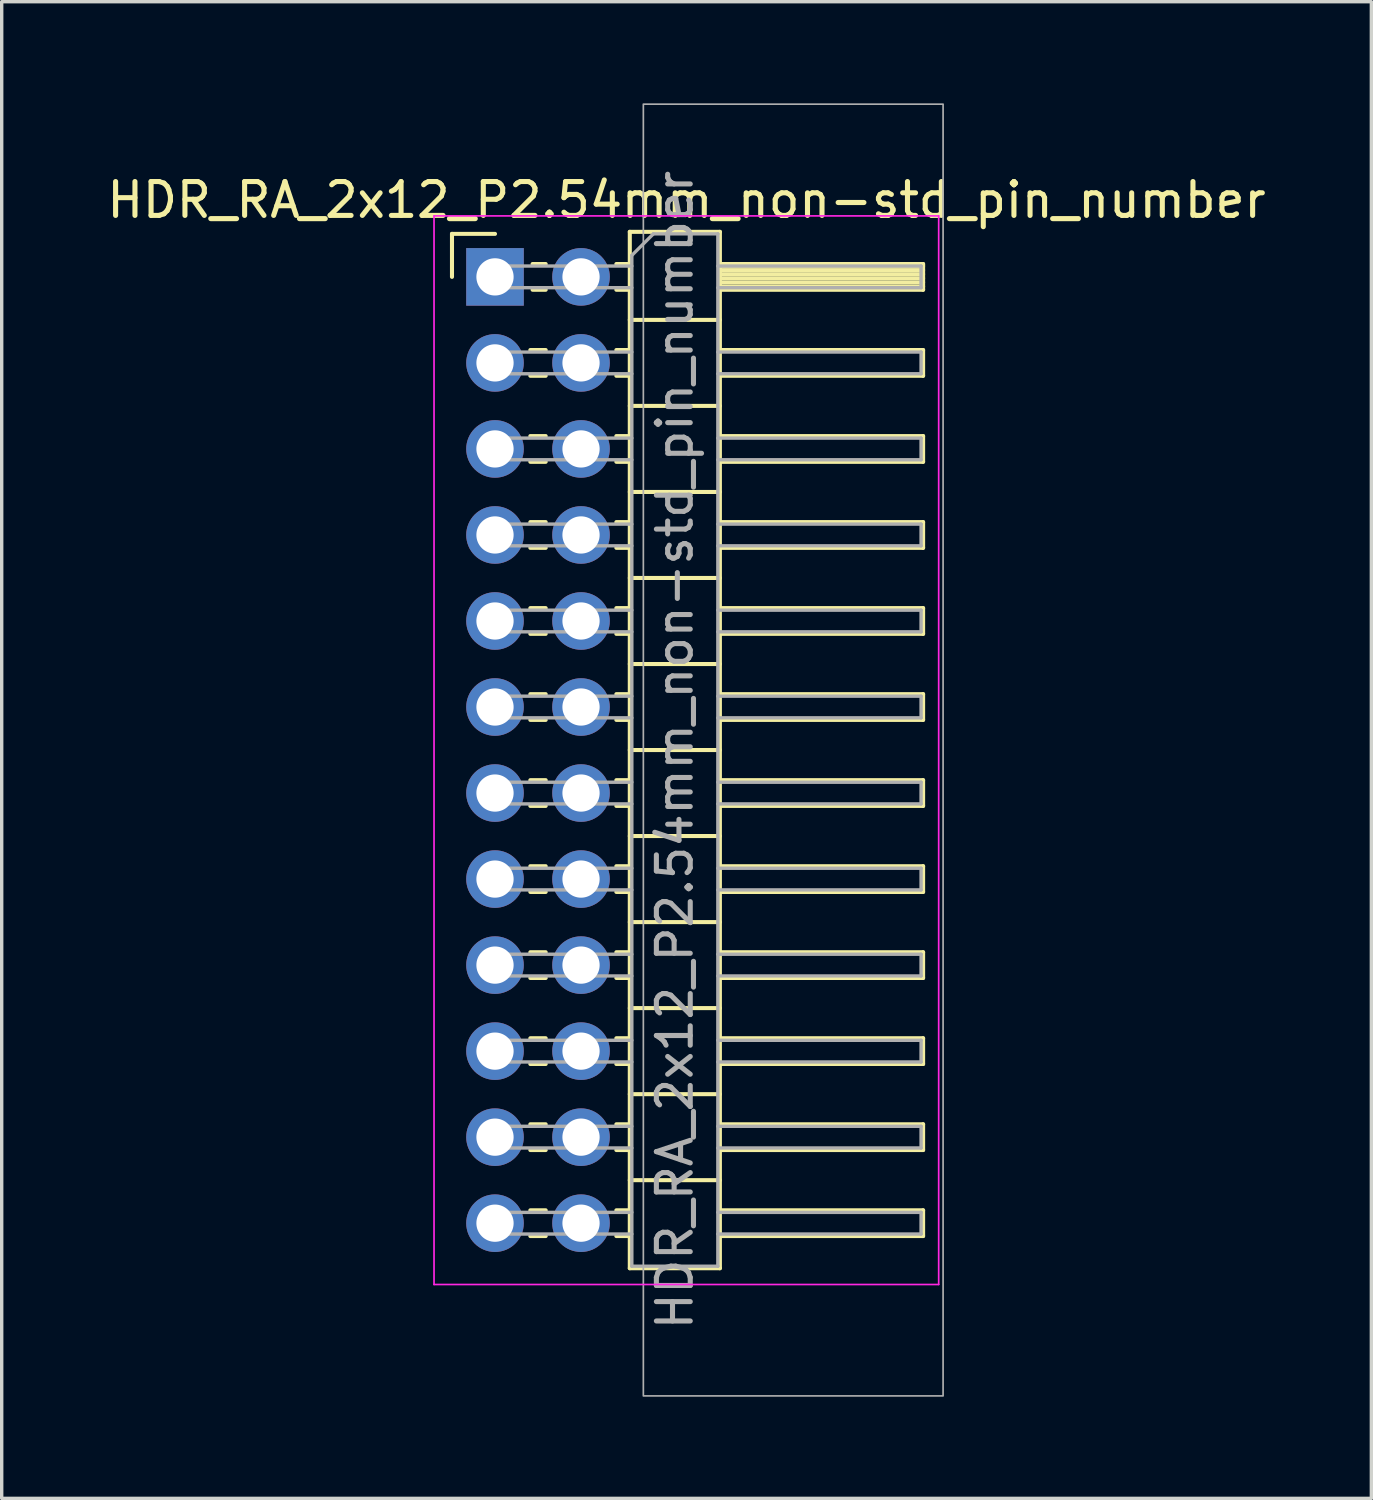
<source format=kicad_pcb>
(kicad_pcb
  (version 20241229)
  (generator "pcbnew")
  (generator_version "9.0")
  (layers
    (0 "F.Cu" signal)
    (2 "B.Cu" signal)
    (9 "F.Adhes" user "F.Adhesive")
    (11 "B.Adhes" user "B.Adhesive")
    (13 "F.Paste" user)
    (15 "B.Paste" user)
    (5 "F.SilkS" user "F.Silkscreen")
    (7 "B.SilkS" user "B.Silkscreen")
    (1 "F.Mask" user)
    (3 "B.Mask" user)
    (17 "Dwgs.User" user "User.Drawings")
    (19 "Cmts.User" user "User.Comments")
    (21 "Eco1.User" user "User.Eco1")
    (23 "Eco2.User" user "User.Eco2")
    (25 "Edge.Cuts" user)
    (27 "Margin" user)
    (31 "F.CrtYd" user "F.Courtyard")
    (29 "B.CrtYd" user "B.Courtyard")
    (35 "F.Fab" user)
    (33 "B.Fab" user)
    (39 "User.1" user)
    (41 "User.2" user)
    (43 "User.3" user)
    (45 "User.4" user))
  (footprint "HDR_RA_2x12_P2.54mm_non-std_pin_number"
    (layer "F.Cu")
    (at 11.565 5.125)
    (property "Reference" "HDR_RA_2x12_P2.54mm_non-std_pin_number" (at 5.655 -2.27 0) (layer "F.SilkS") (effects (font (size 1 1) (thickness 0.15))))
    (attr through_hole)
    (fp_line (start -1.27 -1.27) (end 0 -1.27) (stroke (width 0.12) (type solid)) (layer "F.SilkS"))
    (fp_line (start -1.27 0) (end -1.27 -1.27) (stroke (width 0.12) (type solid)) (layer "F.SilkS"))
    (fp_line (start 1.043 2.16) (end 1.497 2.16) (stroke (width 0.12) (type solid)) (layer "F.SilkS"))
    (fp_line (start 1.043 2.92) (end 1.497 2.92) (stroke (width 0.12) (type solid)) (layer "F.SilkS"))
    (fp_line (start 1.043 4.7) (end 1.497 4.7) (stroke (width 0.12) (type solid)) (layer "F.SilkS"))
    (fp_line (start 1.043 5.46) (end 1.497 5.46) (stroke (width 0.12) (type solid)) (layer "F.SilkS"))
    (fp_line (start 1.043 7.24) (end 1.497 7.24) (stroke (width 0.12) (type solid)) (layer "F.SilkS"))
    (fp_line (start 1.043 8) (end 1.497 8) (stroke (width 0.12) (type solid)) (layer "F.SilkS"))
    (fp_line (start 1.043 9.78) (end 1.497 9.78) (stroke (width 0.12) (type solid)) (layer "F.SilkS"))
    (fp_line (start 1.043 10.54) (end 1.497 10.54) (stroke (width 0.12) (type solid)) (layer "F.SilkS"))
    (fp_line (start 1.043 12.32) (end 1.497 12.32) (stroke (width 0.12) (type solid)) (layer "F.SilkS"))
    (fp_line (start 1.043 13.08) (end 1.497 13.08) (stroke (width 0.12) (type solid)) (layer "F.SilkS"))
    (fp_line (start 1.043 14.86) (end 1.497 14.86) (stroke (width 0.12) (type solid)) (layer "F.SilkS"))
    (fp_line (start 1.043 15.62) (end 1.497 15.62) (stroke (width 0.12) (type solid)) (layer "F.SilkS"))
    (fp_line (start 1.043 17.4) (end 1.497 17.4) (stroke (width 0.12) (type solid)) (layer "F.SilkS"))
    (fp_line (start 1.043 18.16) (end 1.497 18.16) (stroke (width 0.12) (type solid)) (layer "F.SilkS"))
    (fp_line (start 1.043 19.94) (end 1.497 19.94) (stroke (width 0.12) (type solid)) (layer "F.SilkS"))
    (fp_line (start 1.043 20.7) (end 1.497 20.7) (stroke (width 0.12) (type solid)) (layer "F.SilkS"))
    (fp_line (start 1.043 22.48) (end 1.497 22.48) (stroke (width 0.12) (type solid)) (layer "F.SilkS"))
    (fp_line (start 1.043 23.24) (end 1.497 23.24) (stroke (width 0.12) (type solid)) (layer "F.SilkS"))
    (fp_line (start 1.043 25.02) (end 1.497 25.02) (stroke (width 0.12) (type solid)) (layer "F.SilkS"))
    (fp_line (start 1.043 25.78) (end 1.497 25.78) (stroke (width 0.12) (type solid)) (layer "F.SilkS"))
    (fp_line (start 1.043 27.56) (end 1.497 27.56) (stroke (width 0.12) (type solid)) (layer "F.SilkS"))
    (fp_line (start 1.043 28.32) (end 1.497 28.32) (stroke (width 0.12) (type solid)) (layer "F.SilkS"))
    (fp_line (start 1.11 -0.38) (end 1.497 -0.38) (stroke (width 0.12) (type solid)) (layer "F.SilkS"))
    (fp_line (start 1.11 0.38) (end 1.497 0.38) (stroke (width 0.12) (type solid)) (layer "F.SilkS"))
    (fp_line (start 3.583 -0.38) (end 3.98 -0.38) (stroke (width 0.12) (type solid)) (layer "F.SilkS"))
    (fp_line (start 3.583 0.38) (end 3.98 0.38) (stroke (width 0.12) (type solid)) (layer "F.SilkS"))
    (fp_line (start 3.583 2.16) (end 3.98 2.16) (stroke (width 0.12) (type solid)) (layer "F.SilkS"))
    (fp_line (start 3.583 2.92) (end 3.98 2.92) (stroke (width 0.12) (type solid)) (layer "F.SilkS"))
    (fp_line (start 3.583 4.7) (end 3.98 4.7) (stroke (width 0.12) (type solid)) (layer "F.SilkS"))
    (fp_line (start 3.583 5.46) (end 3.98 5.46) (stroke (width 0.12) (type solid)) (layer "F.SilkS"))
    (fp_line (start 3.583 7.24) (end 3.98 7.24) (stroke (width 0.12) (type solid)) (layer "F.SilkS"))
    (fp_line (start 3.583 8) (end 3.98 8) (stroke (width 0.12) (type solid)) (layer "F.SilkS"))
    (fp_line (start 3.583 9.78) (end 3.98 9.78) (stroke (width 0.12) (type solid)) (layer "F.SilkS"))
    (fp_line (start 3.583 10.54) (end 3.98 10.54) (stroke (width 0.12) (type solid)) (layer "F.SilkS"))
    (fp_line (start 3.583 12.32) (end 3.98 12.32) (stroke (width 0.12) (type solid)) (layer "F.SilkS"))
    (fp_line (start 3.583 13.08) (end 3.98 13.08) (stroke (width 0.12) (type solid)) (layer "F.SilkS"))
    (fp_line (start 3.583 14.86) (end 3.98 14.86) (stroke (width 0.12) (type solid)) (layer "F.SilkS"))
    (fp_line (start 3.583 15.62) (end 3.98 15.62) (stroke (width 0.12) (type solid)) (layer "F.SilkS"))
    (fp_line (start 3.583 17.4) (end 3.98 17.4) (stroke (width 0.12) (type solid)) (layer "F.SilkS"))
    (fp_line (start 3.583 18.16) (end 3.98 18.16) (stroke (width 0.12) (type solid)) (layer "F.SilkS"))
    (fp_line (start 3.583 19.94) (end 3.98 19.94) (stroke (width 0.12) (type solid)) (layer "F.SilkS"))
    (fp_line (start 3.583 20.7) (end 3.98 20.7) (stroke (width 0.12) (type solid)) (layer "F.SilkS"))
    (fp_line (start 3.583 22.48) (end 3.98 22.48) (stroke (width 0.12) (type solid)) (layer "F.SilkS"))
    (fp_line (start 3.583 23.24) (end 3.98 23.24) (stroke (width 0.12) (type solid)) (layer "F.SilkS"))
    (fp_line (start 3.583 25.02) (end 3.98 25.02) (stroke (width 0.12) (type solid)) (layer "F.SilkS"))
    (fp_line (start 3.583 25.78) (end 3.98 25.78) (stroke (width 0.12) (type solid)) (layer "F.SilkS"))
    (fp_line (start 3.583 27.56) (end 3.98 27.56) (stroke (width 0.12) (type solid)) (layer "F.SilkS"))
    (fp_line (start 3.583 28.32) (end 3.98 28.32) (stroke (width 0.12) (type solid)) (layer "F.SilkS"))
    (fp_line (start 3.98 -1.33) (end 3.98 29.27) (stroke (width 0.12) (type solid)) (layer "F.SilkS"))
    (fp_line (start 3.98 1.27) (end 6.64 1.27) (stroke (width 0.12) (type solid)) (layer "F.SilkS"))
    (fp_line (start 3.98 3.81) (end 6.64 3.81) (stroke (width 0.12) (type solid)) (layer "F.SilkS"))
    (fp_line (start 3.98 6.35) (end 6.64 6.35) (stroke (width 0.12) (type solid)) (layer "F.SilkS"))
    (fp_line (start 3.98 8.89) (end 6.64 8.89) (stroke (width 0.12) (type solid)) (layer "F.SilkS"))
    (fp_line (start 3.98 11.43) (end 6.64 11.43) (stroke (width 0.12) (type solid)) (layer "F.SilkS"))
    (fp_line (start 3.98 13.97) (end 6.64 13.97) (stroke (width 0.12) (type solid)) (layer "F.SilkS"))
    (fp_line (start 3.98 16.51) (end 6.64 16.51) (stroke (width 0.12) (type solid)) (layer "F.SilkS"))
    (fp_line (start 3.98 19.05) (end 6.64 19.05) (stroke (width 0.12) (type solid)) (layer "F.SilkS"))
    (fp_line (start 3.98 21.59) (end 6.64 21.59) (stroke (width 0.12) (type solid)) (layer "F.SilkS"))
    (fp_line (start 3.98 24.13) (end 6.64 24.13) (stroke (width 0.12) (type solid)) (layer "F.SilkS"))
    (fp_line (start 3.98 26.67) (end 6.64 26.67) (stroke (width 0.12) (type solid)) (layer "F.SilkS"))
    (fp_line (start 3.98 29.27) (end 6.64 29.27) (stroke (width 0.12) (type solid)) (layer "F.SilkS"))
    (fp_line (start 6.64 -1.33) (end 3.98 -1.33) (stroke (width 0.12) (type solid)) (layer "F.SilkS"))
    (fp_line (start 6.64 -0.38) (end 12.64 -0.38) (stroke (width 0.12) (type solid)) (layer "F.SilkS"))
    (fp_line (start 6.64 -0.32) (end 12.64 -0.32) (stroke (width 0.12) (type solid)) (layer "F.SilkS"))
    (fp_line (start 6.64 -0.2) (end 12.64 -0.2) (stroke (width 0.12) (type solid)) (layer "F.SilkS"))
    (fp_line (start 6.64 -0.08) (end 12.64 -0.08) (stroke (width 0.12) (type solid)) (layer "F.SilkS"))
    (fp_line (start 6.64 0.04) (end 12.64 0.04) (stroke (width 0.12) (type solid)) (layer "F.SilkS"))
    (fp_line (start 6.64 0.16) (end 12.64 0.16) (stroke (width 0.12) (type solid)) (layer "F.SilkS"))
    (fp_line (start 6.64 0.28) (end 12.64 0.28) (stroke (width 0.12) (type solid)) (layer "F.SilkS"))
    (fp_line (start 6.64 2.16) (end 12.64 2.16) (stroke (width 0.12) (type solid)) (layer "F.SilkS"))
    (fp_line (start 6.64 4.7) (end 12.64 4.7) (stroke (width 0.12) (type solid)) (layer "F.SilkS"))
    (fp_line (start 6.64 7.24) (end 12.64 7.24) (stroke (width 0.12) (type solid)) (layer "F.SilkS"))
    (fp_line (start 6.64 9.78) (end 12.64 9.78) (stroke (width 0.12) (type solid)) (layer "F.SilkS"))
    (fp_line (start 6.64 12.32) (end 12.64 12.32) (stroke (width 0.12) (type solid)) (layer "F.SilkS"))
    (fp_line (start 6.64 14.86) (end 12.64 14.86) (stroke (width 0.12) (type solid)) (layer "F.SilkS"))
    (fp_line (start 6.64 17.4) (end 12.64 17.4) (stroke (width 0.12) (type solid)) (layer "F.SilkS"))
    (fp_line (start 6.64 19.94) (end 12.64 19.94) (stroke (width 0.12) (type solid)) (layer "F.SilkS"))
    (fp_line (start 6.64 22.48) (end 12.64 22.48) (stroke (width 0.12) (type solid)) (layer "F.SilkS"))
    (fp_line (start 6.64 25.02) (end 12.64 25.02) (stroke (width 0.12) (type solid)) (layer "F.SilkS"))
    (fp_line (start 6.64 27.56) (end 12.64 27.56) (stroke (width 0.12) (type solid)) (layer "F.SilkS"))
    (fp_line (start 6.64 29.27) (end 6.64 -1.33) (stroke (width 0.12) (type solid)) (layer "F.SilkS"))
    (fp_line (start 12.64 -0.38) (end 12.64 0.38) (stroke (width 0.12) (type solid)) (layer "F.SilkS"))
    (fp_line (start 12.64 0.38) (end 6.64 0.38) (stroke (width 0.12) (type solid)) (layer "F.SilkS"))
    (fp_line (start 12.64 2.16) (end 12.64 2.92) (stroke (width 0.12) (type solid)) (layer "F.SilkS"))
    (fp_line (start 12.64 2.92) (end 6.64 2.92) (stroke (width 0.12) (type solid)) (layer "F.SilkS"))
    (fp_line (start 12.64 4.7) (end 12.64 5.46) (stroke (width 0.12) (type solid)) (layer "F.SilkS"))
    (fp_line (start 12.64 5.46) (end 6.64 5.46) (stroke (width 0.12) (type solid)) (layer "F.SilkS"))
    (fp_line (start 12.64 7.24) (end 12.64 8) (stroke (width 0.12) (type solid)) (layer "F.SilkS"))
    (fp_line (start 12.64 8) (end 6.64 8) (stroke (width 0.12) (type solid)) (layer "F.SilkS"))
    (fp_line (start 12.64 9.78) (end 12.64 10.54) (stroke (width 0.12) (type solid)) (layer "F.SilkS"))
    (fp_line (start 12.64 10.54) (end 6.64 10.54) (stroke (width 0.12) (type solid)) (layer "F.SilkS"))
    (fp_line (start 12.64 12.32) (end 12.64 13.08) (stroke (width 0.12) (type solid)) (layer "F.SilkS"))
    (fp_line (start 12.64 13.08) (end 6.64 13.08) (stroke (width 0.12) (type solid)) (layer "F.SilkS"))
    (fp_line (start 12.64 14.86) (end 12.64 15.62) (stroke (width 0.12) (type solid)) (layer "F.SilkS"))
    (fp_line (start 12.64 15.62) (end 6.64 15.62) (stroke (width 0.12) (type solid)) (layer "F.SilkS"))
    (fp_line (start 12.64 17.4) (end 12.64 18.16) (stroke (width 0.12) (type solid)) (layer "F.SilkS"))
    (fp_line (start 12.64 18.16) (end 6.64 18.16) (stroke (width 0.12) (type solid)) (layer "F.SilkS"))
    (fp_line (start 12.64 19.94) (end 12.64 20.7) (stroke (width 0.12) (type solid)) (layer "F.SilkS"))
    (fp_line (start 12.64 20.7) (end 6.64 20.7) (stroke (width 0.12) (type solid)) (layer "F.SilkS"))
    (fp_line (start 12.64 22.48) (end 12.64 23.24) (stroke (width 0.12) (type solid)) (layer "F.SilkS"))
    (fp_line (start 12.64 23.24) (end 6.64 23.24) (stroke (width 0.12) (type solid)) (layer "F.SilkS"))
    (fp_line (start 12.64 25.02) (end 12.64 25.78) (stroke (width 0.12) (type solid)) (layer "F.SilkS"))
    (fp_line (start 12.64 25.78) (end 6.64 25.78) (stroke (width 0.12) (type solid)) (layer "F.SilkS"))
    (fp_line (start 12.64 27.56) (end 12.64 28.32) (stroke (width 0.12) (type solid)) (layer "F.SilkS"))
    (fp_line (start 12.64 28.32) (end 6.64 28.32) (stroke (width 0.12) (type solid)) (layer "F.SilkS"))
    (fp_line (start -1.8 -1.8) (end -1.8 29.75) (stroke (width 0.05) (type solid)) (layer "F.CrtYd"))
    (fp_line (start -1.8 29.75) (end 13.1 29.75) (stroke (width 0.05) (type solid)) (layer "F.CrtYd"))
    (fp_line (start 13.1 -1.8) (end -1.8 -1.8) (stroke (width 0.05) (type solid)) (layer "F.CrtYd"))
    (fp_line (start 13.1 29.75) (end 13.1 -1.8) (stroke (width 0.05) (type solid)) (layer "F.CrtYd"))
    (fp_line (start -0.32 -0.32) (end -0.32 0.32) (stroke (width 0.1) (type solid)) (layer "F.Fab"))
    (fp_line (start -0.32 -0.32) (end 4.04 -0.32) (stroke (width 0.1) (type solid)) (layer "F.Fab"))
    (fp_line (start -0.32 0.32) (end 4.04 0.32) (stroke (width 0.1) (type solid)) (layer "F.Fab"))
    (fp_line (start -0.32 2.22) (end -0.32 2.86) (stroke (width 0.1) (type solid)) (layer "F.Fab"))
    (fp_line (start -0.32 2.22) (end 4.04 2.22) (stroke (width 0.1) (type solid)) (layer "F.Fab"))
    (fp_line (start -0.32 2.86) (end 4.04 2.86) (stroke (width 0.1) (type solid)) (layer "F.Fab"))
    (fp_line (start -0.32 4.76) (end -0.32 5.4) (stroke (width 0.1) (type solid)) (layer "F.Fab"))
    (fp_line (start -0.32 4.76) (end 4.04 4.76) (stroke (width 0.1) (type solid)) (layer "F.Fab"))
    (fp_line (start -0.32 5.4) (end 4.04 5.4) (stroke (width 0.1) (type solid)) (layer "F.Fab"))
    (fp_line (start -0.32 7.3) (end -0.32 7.94) (stroke (width 0.1) (type solid)) (layer "F.Fab"))
    (fp_line (start -0.32 7.3) (end 4.04 7.3) (stroke (width 0.1) (type solid)) (layer "F.Fab"))
    (fp_line (start -0.32 7.94) (end 4.04 7.94) (stroke (width 0.1) (type solid)) (layer "F.Fab"))
    (fp_line (start -0.32 9.84) (end -0.32 10.48) (stroke (width 0.1) (type solid)) (layer "F.Fab"))
    (fp_line (start -0.32 9.84) (end 4.04 9.84) (stroke (width 0.1) (type solid)) (layer "F.Fab"))
    (fp_line (start -0.32 10.48) (end 4.04 10.48) (stroke (width 0.1) (type solid)) (layer "F.Fab"))
    (fp_line (start -0.32 12.38) (end -0.32 13.02) (stroke (width 0.1) (type solid)) (layer "F.Fab"))
    (fp_line (start -0.32 12.38) (end 4.04 12.38) (stroke (width 0.1) (type solid)) (layer "F.Fab"))
    (fp_line (start -0.32 13.02) (end 4.04 13.02) (stroke (width 0.1) (type solid)) (layer "F.Fab"))
    (fp_line (start -0.32 14.92) (end -0.32 15.56) (stroke (width 0.1) (type solid)) (layer "F.Fab"))
    (fp_line (start -0.32 14.92) (end 4.04 14.92) (stroke (width 0.1) (type solid)) (layer "F.Fab"))
    (fp_line (start -0.32 15.56) (end 4.04 15.56) (stroke (width 0.1) (type solid)) (layer "F.Fab"))
    (fp_line (start -0.32 17.46) (end -0.32 18.1) (stroke (width 0.1) (type solid)) (layer "F.Fab"))
    (fp_line (start -0.32 17.46) (end 4.04 17.46) (stroke (width 0.1) (type solid)) (layer "F.Fab"))
    (fp_line (start -0.32 18.1) (end 4.04 18.1) (stroke (width 0.1) (type solid)) (layer "F.Fab"))
    (fp_line (start -0.32 20) (end -0.32 20.64) (stroke (width 0.1) (type solid)) (layer "F.Fab"))
    (fp_line (start -0.32 20) (end 4.04 20) (stroke (width 0.1) (type solid)) (layer "F.Fab"))
    (fp_line (start -0.32 20.64) (end 4.04 20.64) (stroke (width 0.1) (type solid)) (layer "F.Fab"))
    (fp_line (start -0.32 22.54) (end -0.32 23.18) (stroke (width 0.1) (type solid)) (layer "F.Fab"))
    (fp_line (start -0.32 22.54) (end 4.04 22.54) (stroke (width 0.1) (type solid)) (layer "F.Fab"))
    (fp_line (start -0.32 23.18) (end 4.04 23.18) (stroke (width 0.1) (type solid)) (layer "F.Fab"))
    (fp_line (start -0.32 25.08) (end -0.32 25.72) (stroke (width 0.1) (type solid)) (layer "F.Fab"))
    (fp_line (start -0.32 25.08) (end 4.04 25.08) (stroke (width 0.1) (type solid)) (layer "F.Fab"))
    (fp_line (start -0.32 25.72) (end 4.04 25.72) (stroke (width 0.1) (type solid)) (layer "F.Fab"))
    (fp_line (start -0.32 27.62) (end -0.32 28.26) (stroke (width 0.1) (type solid)) (layer "F.Fab"))
    (fp_line (start -0.32 27.62) (end 4.04 27.62) (stroke (width 0.1) (type solid)) (layer "F.Fab"))
    (fp_line (start -0.32 28.26) (end 4.04 28.26) (stroke (width 0.1) (type solid)) (layer "F.Fab"))
    (fp_line (start 4.04 -0.635) (end 4.675 -1.27) (stroke (width 0.1) (type solid)) (layer "F.Fab"))
    (fp_line (start 4.04 29.21) (end 4.04 -0.635) (stroke (width 0.1) (type solid)) (layer "F.Fab"))
    (fp_line (start 4.675 -1.27) (end 6.58 -1.27) (stroke (width 0.1) (type solid)) (layer "F.Fab"))
    (fp_line (start 6.58 -1.27) (end 6.58 29.21) (stroke (width 0.1) (type solid)) (layer "F.Fab"))
    (fp_line (start 6.58 -0.32) (end 12.58 -0.32) (stroke (width 0.1) (type solid)) (layer "F.Fab"))
    (fp_line (start 6.58 0.32) (end 12.58 0.32) (stroke (width 0.1) (type solid)) (layer "F.Fab"))
    (fp_line (start 6.58 2.22) (end 12.58 2.22) (stroke (width 0.1) (type solid)) (layer "F.Fab"))
    (fp_line (start 6.58 2.86) (end 12.58 2.86) (stroke (width 0.1) (type solid)) (layer "F.Fab"))
    (fp_line (start 6.58 4.76) (end 12.58 4.76) (stroke (width 0.1) (type solid)) (layer "F.Fab"))
    (fp_line (start 6.58 5.4) (end 12.58 5.4) (stroke (width 0.1) (type solid)) (layer "F.Fab"))
    (fp_line (start 6.58 7.3) (end 12.58 7.3) (stroke (width 0.1) (type solid)) (layer "F.Fab"))
    (fp_line (start 6.58 7.94) (end 12.58 7.94) (stroke (width 0.1) (type solid)) (layer "F.Fab"))
    (fp_line (start 6.58 9.84) (end 12.58 9.84) (stroke (width 0.1) (type solid)) (layer "F.Fab"))
    (fp_line (start 6.58 10.48) (end 12.58 10.48) (stroke (width 0.1) (type solid)) (layer "F.Fab"))
    (fp_line (start 6.58 12.38) (end 12.58 12.38) (stroke (width 0.1) (type solid)) (layer "F.Fab"))
    (fp_line (start 6.58 13.02) (end 12.58 13.02) (stroke (width 0.1) (type solid)) (layer "F.Fab"))
    (fp_line (start 6.58 14.92) (end 12.58 14.92) (stroke (width 0.1) (type solid)) (layer "F.Fab"))
    (fp_line (start 6.58 15.56) (end 12.58 15.56) (stroke (width 0.1) (type solid)) (layer "F.Fab"))
    (fp_line (start 6.58 17.46) (end 12.58 17.46) (stroke (width 0.1) (type solid)) (layer "F.Fab"))
    (fp_line (start 6.58 18.1) (end 12.58 18.1) (stroke (width 0.1) (type solid)) (layer "F.Fab"))
    (fp_line (start 6.58 20) (end 12.58 20) (stroke (width 0.1) (type solid)) (layer "F.Fab"))
    (fp_line (start 6.58 20.64) (end 12.58 20.64) (stroke (width 0.1) (type solid)) (layer "F.Fab"))
    (fp_line (start 6.58 22.54) (end 12.58 22.54) (stroke (width 0.1) (type solid)) (layer "F.Fab"))
    (fp_line (start 6.58 23.18) (end 12.58 23.18) (stroke (width 0.1) (type solid)) (layer "F.Fab"))
    (fp_line (start 6.58 25.08) (end 12.58 25.08) (stroke (width 0.1) (type solid)) (layer "F.Fab"))
    (fp_line (start 6.58 25.72) (end 12.58 25.72) (stroke (width 0.1) (type solid)) (layer "F.Fab"))
    (fp_line (start 6.58 27.62) (end 12.58 27.62) (stroke (width 0.1) (type solid)) (layer "F.Fab"))
    (fp_line (start 6.58 28.26) (end 12.58 28.26) (stroke (width 0.1) (type solid)) (layer "F.Fab"))
    (fp_line (start 6.58 29.21) (end 4.04 29.21) (stroke (width 0.1) (type solid)) (layer "F.Fab"))
    (fp_line (start 12.58 -0.32) (end 12.58 0.32) (stroke (width 0.1) (type solid)) (layer "F.Fab"))
    (fp_line (start 12.58 2.22) (end 12.58 2.86) (stroke (width 0.1) (type solid)) (layer "F.Fab"))
    (fp_line (start 12.58 4.76) (end 12.58 5.4) (stroke (width 0.1) (type solid)) (layer "F.Fab"))
    (fp_line (start 12.58 7.3) (end 12.58 7.94) (stroke (width 0.1) (type solid)) (layer "F.Fab"))
    (fp_line (start 12.58 9.84) (end 12.58 10.48) (stroke (width 0.1) (type solid)) (layer "F.Fab"))
    (fp_line (start 12.58 12.38) (end 12.58 13.02) (stroke (width 0.1) (type solid)) (layer "F.Fab"))
    (fp_line (start 12.58 14.92) (end 12.58 15.56) (stroke (width 0.1) (type solid)) (layer "F.Fab"))
    (fp_line (start 12.58 17.46) (end 12.58 18.1) (stroke (width 0.1) (type solid)) (layer "F.Fab"))
    (fp_line (start 12.58 20) (end 12.58 20.64) (stroke (width 0.1) (type solid)) (layer "F.Fab"))
    (fp_line (start 12.58 22.54) (end 12.58 23.18) (stroke (width 0.1) (type solid)) (layer "F.Fab"))
    (fp_line (start 12.58 25.08) (end 12.58 25.72) (stroke (width 0.1) (type solid)) (layer "F.Fab"))
    (fp_line (start 12.58 27.62) (end 12.58 28.26) (stroke (width 0.1) (type solid)) (layer "F.Fab"))
    (fp_rect (start 4.38 -5.1) (end 13.23 33.04) (stroke (width 0.05) (type default)) (fill no) (layer "F.Fab"))
    (fp_text user "${REFERENCE}" (at 5.31 13.97 90) (layer "F.Fab") (effects (font (size 1 1) (thickness 0.15))))
    (pad "1" thru_hole rect (at 0 0) (size 1.7 1.7) (drill 1.1) (layers "*.Cu" "*.Mask"))
    (pad "2" thru_hole oval (at 0 2.54) (size 1.7 1.7) (drill 1.1) (layers "*.Cu" "*.Mask"))
    (pad "3" thru_hole oval (at 0 5.08) (size 1.7 1.7) (drill 1.1) (layers "*.Cu" "*.Mask"))
    (pad "4" thru_hole oval (at 0 7.62) (size 1.7 1.7) (drill 1.1) (layers "*.Cu" "*.Mask"))
    (pad "5" thru_hole oval (at 0 10.16) (size 1.7 1.7) (drill 1.1) (layers "*.Cu" "*.Mask"))
    (pad "6" thru_hole oval (at 0 12.7) (size 1.7 1.7) (drill 1.1) (layers "*.Cu" "*.Mask"))
    (pad "7" thru_hole oval (at 0 15.24) (size 1.7 1.7) (drill 1.1) (layers "*.Cu" "*.Mask"))
    (pad "8" thru_hole oval (at 0 17.78) (size 1.7 1.7) (drill 1.1) (layers "*.Cu" "*.Mask"))
    (pad "9" thru_hole oval (at 0 20.32) (size 1.7 1.7) (drill 1.1) (layers "*.Cu" "*.Mask"))
    (pad "10" thru_hole oval (at 0 22.86) (size 1.7 1.7) (drill 1.1) (layers "*.Cu" "*.Mask"))
    (pad "11" thru_hole oval (at 0 25.4) (size 1.7 1.7) (drill 1.1) (layers "*.Cu" "*.Mask"))
    (pad "12" thru_hole oval (at 0 27.94) (size 1.7 1.7) (drill 1.1) (layers "*.Cu" "*.Mask"))
    (pad "13" thru_hole oval (at 2.54 0) (size 1.7 1.7) (drill 1.1) (layers "*.Cu" "*.Mask"))
    (pad "14" thru_hole oval (at 2.54 2.54) (size 1.7 1.7) (drill 1.1) (layers "*.Cu" "*.Mask"))
    (pad "15" thru_hole oval (at 2.54 5.08) (size 1.7 1.7) (drill 1.1) (layers "*.Cu" "*.Mask"))
    (pad "16" thru_hole oval (at 2.54 7.62) (size 1.7 1.7) (drill 1.1) (layers "*.Cu" "*.Mask"))
    (pad "17" thru_hole oval (at 2.54 10.16) (size 1.7 1.7) (drill 1.1) (layers "*.Cu" "*.Mask"))
    (pad "18" thru_hole oval (at 2.54 12.7) (size 1.7 1.7) (drill 1.1) (layers "*.Cu" "*.Mask"))
    (pad "19" thru_hole oval (at 2.54 15.24) (size 1.7 1.7) (drill 1.1) (layers "*.Cu" "*.Mask"))
    (pad "20" thru_hole oval (at 2.54 17.78) (size 1.7 1.7) (drill 1.1) (layers "*.Cu" "*.Mask"))
    (pad "21" thru_hole oval (at 2.54 20.32) (size 1.7 1.7) (drill 1.1) (layers "*.Cu" "*.Mask"))
    (pad "22" thru_hole oval (at 2.54 22.86) (size 1.7 1.7) (drill 1.1) (layers "*.Cu" "*.Mask"))
    (pad "23" thru_hole oval (at 2.54 25.4) (size 1.7 1.7) (drill 1.1) (layers "*.Cu" "*.Mask"))
    (pad "24" thru_hole oval (at 2.54 27.94) (size 1.7 1.7) (drill 1.1) (layers "*.Cu" "*.Mask")))
  (gr_rect
    (start -3 -3)
    (end 37.44 41.19)
    (stroke (width 0.1) (type default))
    (fill no)
    (layer "Edge.Cuts")))
</source>
